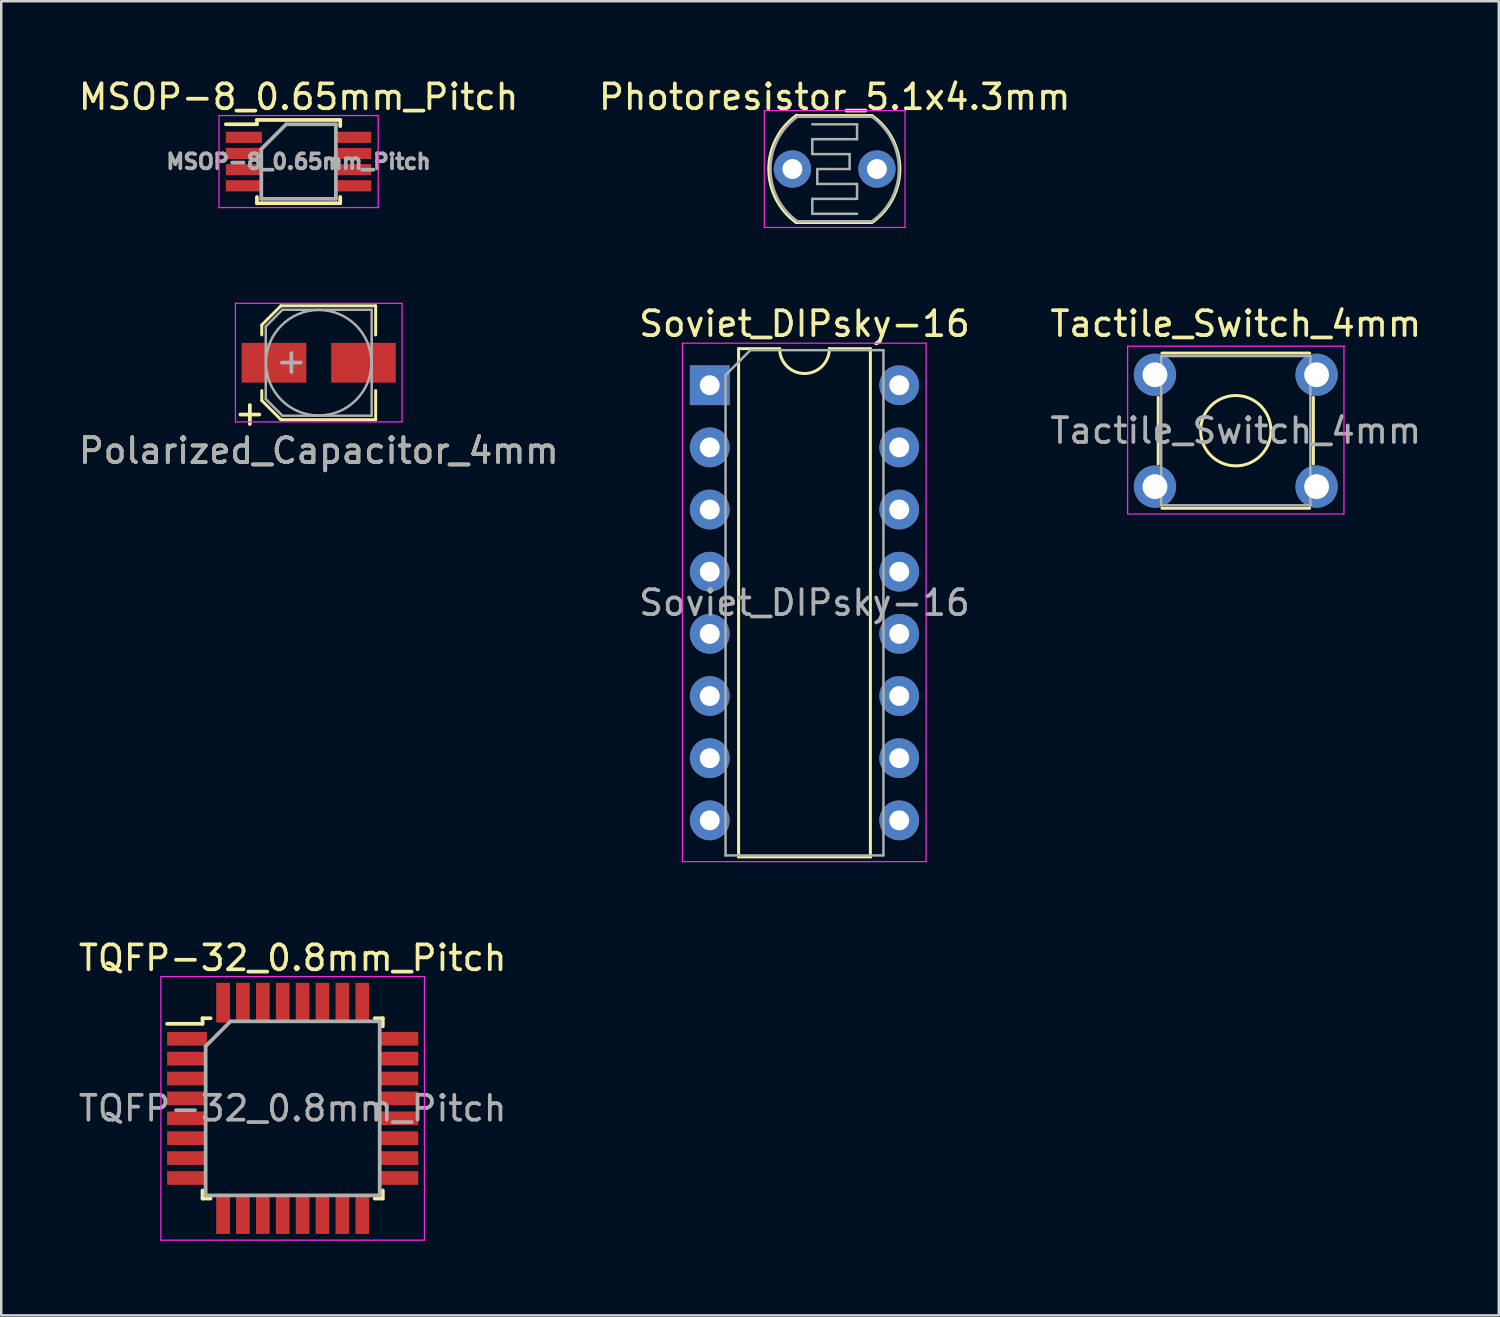
<source format=kicad_pcb>
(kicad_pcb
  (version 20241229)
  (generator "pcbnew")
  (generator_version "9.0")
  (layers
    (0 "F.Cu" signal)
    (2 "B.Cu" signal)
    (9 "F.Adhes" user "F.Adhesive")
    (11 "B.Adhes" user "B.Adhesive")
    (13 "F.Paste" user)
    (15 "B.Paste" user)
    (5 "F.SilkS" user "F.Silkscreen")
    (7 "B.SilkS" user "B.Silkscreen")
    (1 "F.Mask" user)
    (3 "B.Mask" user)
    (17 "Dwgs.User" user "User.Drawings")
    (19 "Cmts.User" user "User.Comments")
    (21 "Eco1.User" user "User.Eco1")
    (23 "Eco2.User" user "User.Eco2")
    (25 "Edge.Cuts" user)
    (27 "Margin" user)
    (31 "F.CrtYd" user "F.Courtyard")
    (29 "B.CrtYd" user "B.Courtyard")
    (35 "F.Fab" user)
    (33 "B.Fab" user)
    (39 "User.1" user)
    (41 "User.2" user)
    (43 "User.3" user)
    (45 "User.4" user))
  (footprint "Polarized_Capacitor_4mm"
    (layer "F.Cu")
    (at 9.768 11.538)
    (property "Reference" "Polarized_Capacitor_4mm" (at 0 3.54 0) (layer "F.SilkS") (effects (font (size 1 1) (thickness 0.15))))
    (attr smd)
    (fp_line (start -2.29 -1.52) (end -2.29 -1.12) (stroke (width 0.12) (type solid)) (layer "F.SilkS"))
    (fp_line (start -2.29 1.52) (end -2.29 1.12) (stroke (width 0.12) (type solid)) (layer "F.SilkS"))
    (fp_line (start -1.52 -2.29) (end -2.29 -1.52) (stroke (width 0.12) (type solid)) (layer "F.SilkS"))
    (fp_line (start -1.52 -2.29) (end 2.29 -2.29) (stroke (width 0.12) (type solid)) (layer "F.SilkS"))
    (fp_line (start -1.52 2.29) (end -2.29 1.52) (stroke (width 0.12) (type solid)) (layer "F.SilkS"))
    (fp_line (start -1.52 2.29) (end 2.29 2.29) (stroke (width 0.12) (type solid)) (layer "F.SilkS"))
    (fp_line (start 2.29 -2.29) (end 2.29 -1.12) (stroke (width 0.12) (type solid)) (layer "F.SilkS"))
    (fp_line (start 2.29 2.29) (end 2.29 1.12) (stroke (width 0.12) (type solid)) (layer "F.SilkS"))
    (fp_line (start -3.35 -2.39) (end -3.35 2.38) (stroke (width 0.05) (type solid)) (layer "F.CrtYd"))
    (fp_line (start -3.35 -2.39) (end 3.35 -2.39) (stroke (width 0.05) (type solid)) (layer "F.CrtYd"))
    (fp_line (start 3.35 2.38) (end -3.35 2.38) (stroke (width 0.05) (type solid)) (layer "F.CrtYd"))
    (fp_line (start 3.35 2.38) (end 3.35 -2.39) (stroke (width 0.05) (type solid)) (layer "F.CrtYd"))
    (fp_line (start -2.13 -1.46) (end -2.13 1.46) (stroke (width 0.1) (type solid)) (layer "F.Fab"))
    (fp_line (start -2.13 1.46) (end -1.46 2.13) (stroke (width 0.1) (type solid)) (layer "F.Fab"))
    (fp_line (start -1.46 -2.13) (end -2.13 -1.46) (stroke (width 0.1) (type solid)) (layer "F.Fab"))
    (fp_line (start -1.46 2.13) (end 2.13 2.13) (stroke (width 0.1) (type solid)) (layer "F.Fab"))
    (fp_line (start 2.13 -2.13) (end -1.46 -2.13) (stroke (width 0.1) (type solid)) (layer "F.Fab"))
    (fp_line (start 2.13 2.13) (end 2.13 -2.13) (stroke (width 0.1) (type solid)) (layer "F.Fab"))
    (fp_circle (center 0 0) (end 0.3 2.1) (stroke (width 0.1) (type solid)) (fill no) (layer "F.Fab"))
    (fp_text user "+" (at -2.77 2.01 0) (layer "F.SilkS") (effects (font (size 1 1) (thickness 0.15))))
    (fp_text user "+" (at -1.1 -0.08 0) (layer "F.Fab") (effects (font (size 1 1) (thickness 0.15))))
    (fp_text user "${REFERENCE}" (at 0 3.54 0) (layer "F.Fab") (effects (font (size 1 1) (thickness 0.15))))
    (pad "1" smd rect (at -1.8 0 180) (size 2.6 1.6) (layers "F.Cu" "F.Mask" "F.Paste"))
    (pad "2" smd rect (at 1.8 0 180) (size 2.6 1.6) (layers "F.Cu" "F.Mask" "F.Paste")))
  (footprint "Photoresistor_5.1x4.3mm"
    (layer "F.Cu")
    (at 28.818 3.748)
    (property "Reference" "Photoresistor_5.1x4.3mm" (at 1.7 -2.9 0) (layer "F.SilkS") (effects (font (size 1 1) (thickness 0.15))))
    (attr through_hole)
    (fp_line (start 0.15 -2.15) (end 3.2 -2.15) (stroke (width 0.12) (type solid)) (layer "F.SilkS"))
    (fp_line (start 0.15 2.15) (end 3.2 2.15) (stroke (width 0.12) (type solid)) (layer "F.SilkS"))
    (fp_arc (start 0.15 2.15) (mid -0.950438 -0.013368) (end 0.171766 -2.165525) (stroke (width 0.12) (type solid)) (layer "F.SilkS"))
    (fp_arc (start 3.2 -2.15) (mid 4.321403 -0.027338) (end 3.244513 2.118249) (stroke (width 0.12) (type solid)) (layer "F.SilkS"))
    (fp_line (start -1.13 -2.35) (end -1.13 2.35) (stroke (width 0.05) (type solid)) (layer "F.CrtYd"))
    (fp_line (start -1.13 -2.35) (end 4.53 -2.35) (stroke (width 0.05) (type solid)) (layer "F.CrtYd"))
    (fp_line (start 4.53 2.35) (end -1.13 2.35) (stroke (width 0.05) (type solid)) (layer "F.CrtYd"))
    (fp_line (start 4.53 2.35) (end 4.53 -2.35) (stroke (width 0.05) (type solid)) (layer "F.CrtYd"))
    (fp_line (start 0.2 -2.1) (end 3.2 -2.1) (stroke (width 0.1) (type solid)) (layer "F.Fab"))
    (fp_line (start 0.8 -1.8) (end 2.6 -1.8) (stroke (width 0.1) (type solid)) (layer "F.Fab"))
    (fp_line (start 0.8 -1.2) (end 0.8 -0.6) (stroke (width 0.1) (type solid)) (layer "F.Fab"))
    (fp_line (start 0.8 1.2) (end 0.8 1.8) (stroke (width 0.1) (type solid)) (layer "F.Fab"))
    (fp_line (start 0.8 1.8) (end 2.6 1.8) (stroke (width 0.1) (type solid)) (layer "F.Fab"))
    (fp_line (start 1 0) (end 1 0.6) (stroke (width 0.1) (type solid)) (layer "F.Fab"))
    (fp_line (start 1 0) (end 2.3 0) (stroke (width 0.1) (type solid)) (layer "F.Fab"))
    (fp_line (start 2.3 -0.6) (end 0.8 -0.6) (stroke (width 0.1) (type solid)) (layer "F.Fab"))
    (fp_line (start 2.3 0) (end 2.3 -0.6) (stroke (width 0.1) (type solid)) (layer "F.Fab"))
    (fp_line (start 2.6 -1.8) (end 2.6 -1.2) (stroke (width 0.1) (type solid)) (layer "F.Fab"))
    (fp_line (start 2.6 -1.2) (end 0.8 -1.2) (stroke (width 0.1) (type solid)) (layer "F.Fab"))
    (fp_line (start 2.6 0.6) (end 1 0.6) (stroke (width 0.1) (type solid)) (layer "F.Fab"))
    (fp_line (start 2.6 0.6) (end 2.6 1.2) (stroke (width 0.1) (type solid)) (layer "F.Fab"))
    (fp_line (start 2.6 1.2) (end 0.8 1.2) (stroke (width 0.1) (type solid)) (layer "F.Fab"))
    (fp_line (start 3.2 2.1) (end 0.2 2.1) (stroke (width 0.1) (type solid)) (layer "F.Fab"))
    (fp_arc (start 0.2 2.1) (mid -0.880697 -0.001697) (end 0.202763 -2.101971) (stroke (width 0.1) (type solid)) (layer "F.Fab"))
    (fp_arc (start 3.2 -2.1) (mid 4.280697 0.001697) (end 3.197237 2.101971) (stroke (width 0.1) (type solid)) (layer "F.Fab"))
    (pad "1" thru_hole circle (at 0 0) (size 1.5 1.5) (drill 0.8) (layers "*.Cu" "*.Mask"))
    (pad "2" thru_hole circle (at 3.4 0) (size 1.5 1.5) (drill 0.8) (layers "*.Cu" "*.Mask")))
  (footprint "TQFP-32_0.8mm_Pitch"
    (layer "F.Cu")
    (at 8.72 41.525)
    (property "Reference" "TQFP-32_0.8mm_Pitch" (at 0 -6.05 0) (layer "F.SilkS") (effects (font (size 1 1) (thickness 0.15))))
    (attr smd)
    (fp_line (start -3.625 -3.625) (end -3.625 -3.4) (stroke (width 0.15) (type solid)) (layer "F.SilkS"))
    (fp_line (start -3.625 -3.625) (end -3.3 -3.625) (stroke (width 0.15) (type solid)) (layer "F.SilkS"))
    (fp_line (start -3.625 -3.4) (end -5.05 -3.4) (stroke (width 0.15) (type solid)) (layer "F.SilkS"))
    (fp_line (start -3.625 3.625) (end -3.625 3.3) (stroke (width 0.15) (type solid)) (layer "F.SilkS"))
    (fp_line (start -3.625 3.625) (end -3.3 3.625) (stroke (width 0.15) (type solid)) (layer "F.SilkS"))
    (fp_line (start 3.625 -3.625) (end 3.3 -3.625) (stroke (width 0.15) (type solid)) (layer "F.SilkS"))
    (fp_line (start 3.625 -3.625) (end 3.625 -3.3) (stroke (width 0.15) (type solid)) (layer "F.SilkS"))
    (fp_line (start 3.625 3.625) (end 3.3 3.625) (stroke (width 0.15) (type solid)) (layer "F.SilkS"))
    (fp_line (start 3.625 3.625) (end 3.625 3.3) (stroke (width 0.15) (type solid)) (layer "F.SilkS"))
    (fp_line (start -5.3 -5.3) (end -5.3 5.3) (stroke (width 0.05) (type solid)) (layer "F.CrtYd"))
    (fp_line (start -5.3 -5.3) (end 5.3 -5.3) (stroke (width 0.05) (type solid)) (layer "F.CrtYd"))
    (fp_line (start -5.3 5.3) (end 5.3 5.3) (stroke (width 0.05) (type solid)) (layer "F.CrtYd"))
    (fp_line (start 5.3 -5.3) (end 5.3 5.3) (stroke (width 0.05) (type solid)) (layer "F.CrtYd"))
    (fp_line (start -3.5 -2.5) (end -2.5 -3.5) (stroke (width 0.15) (type solid)) (layer "F.Fab"))
    (fp_line (start -3.5 3.5) (end -3.5 -2.5) (stroke (width 0.15) (type solid)) (layer "F.Fab"))
    (fp_line (start -2.5 -3.5) (end 3.5 -3.5) (stroke (width 0.15) (type solid)) (layer "F.Fab"))
    (fp_line (start 3.5 -3.5) (end 3.5 3.5) (stroke (width 0.15) (type solid)) (layer "F.Fab"))
    (fp_line (start 3.5 3.5) (end -3.5 3.5) (stroke (width 0.15) (type solid)) (layer "F.Fab"))
    (fp_text user "${REFERENCE}" (at 0 0 0) (layer "F.Fab") (effects (font (size 1 1) (thickness 0.15))))
    (pad "1" smd rect (at -4.25 -2.8) (size 1.6 0.55) (layers "F.Cu" "F.Mask" "F.Paste"))
    (pad "2" smd rect (at -4.25 -2) (size 1.6 0.55) (layers "F.Cu" "F.Mask" "F.Paste"))
    (pad "3" smd rect (at -4.25 -1.2) (size 1.6 0.55) (layers "F.Cu" "F.Mask" "F.Paste"))
    (pad "4" smd rect (at -4.25 -0.4) (size 1.6 0.55) (layers "F.Cu" "F.Mask" "F.Paste"))
    (pad "5" smd rect (at -4.25 0.4) (size 1.6 0.55) (layers "F.Cu" "F.Mask" "F.Paste"))
    (pad "6" smd rect (at -4.25 1.2) (size 1.6 0.55) (layers "F.Cu" "F.Mask" "F.Paste"))
    (pad "7" smd rect (at -4.25 2) (size 1.6 0.55) (layers "F.Cu" "F.Mask" "F.Paste"))
    (pad "8" smd rect (at -4.25 2.8) (size 1.6 0.55) (layers "F.Cu" "F.Mask" "F.Paste"))
    (pad "9" smd rect (at -2.8 4.25 90) (size 1.6 0.55) (layers "F.Cu" "F.Mask" "F.Paste"))
    (pad "10" smd rect (at -2 4.25 90) (size 1.6 0.55) (layers "F.Cu" "F.Mask" "F.Paste"))
    (pad "11" smd rect (at -1.2 4.25 90) (size 1.6 0.55) (layers "F.Cu" "F.Mask" "F.Paste"))
    (pad "12" smd rect (at -0.4 4.25 90) (size 1.6 0.55) (layers "F.Cu" "F.Mask" "F.Paste"))
    (pad "13" smd rect (at 0.4 4.25 90) (size 1.6 0.55) (layers "F.Cu" "F.Mask" "F.Paste"))
    (pad "14" smd rect (at 1.2 4.25 90) (size 1.6 0.55) (layers "F.Cu" "F.Mask" "F.Paste"))
    (pad "15" smd rect (at 2 4.25 90) (size 1.6 0.55) (layers "F.Cu" "F.Mask" "F.Paste"))
    (pad "16" smd rect (at 2.8 4.25 90) (size 1.6 0.55) (layers "F.Cu" "F.Mask" "F.Paste"))
    (pad "17" smd rect (at 4.25 2.8) (size 1.6 0.55) (layers "F.Cu" "F.Mask" "F.Paste"))
    (pad "18" smd rect (at 4.25 2) (size 1.6 0.55) (layers "F.Cu" "F.Mask" "F.Paste"))
    (pad "19" smd rect (at 4.25 1.2) (size 1.6 0.55) (layers "F.Cu" "F.Mask" "F.Paste"))
    (pad "20" smd rect (at 4.25 0.4) (size 1.6 0.55) (layers "F.Cu" "F.Mask" "F.Paste"))
    (pad "21" smd rect (at 4.25 -0.4) (size 1.6 0.55) (layers "F.Cu" "F.Mask" "F.Paste"))
    (pad "22" smd rect (at 4.25 -1.2) (size 1.6 0.55) (layers "F.Cu" "F.Mask" "F.Paste"))
    (pad "23" smd rect (at 4.25 -2) (size 1.6 0.55) (layers "F.Cu" "F.Mask" "F.Paste"))
    (pad "24" smd rect (at 4.25 -2.8) (size 1.6 0.55) (layers "F.Cu" "F.Mask" "F.Paste"))
    (pad "25" smd rect (at 2.8 -4.25 90) (size 1.6 0.55) (layers "F.Cu" "F.Mask" "F.Paste"))
    (pad "26" smd rect (at 2 -4.25 90) (size 1.6 0.55) (layers "F.Cu" "F.Mask" "F.Paste"))
    (pad "27" smd rect (at 1.2 -4.25 90) (size 1.6 0.55) (layers "F.Cu" "F.Mask" "F.Paste"))
    (pad "28" smd rect (at 0.4 -4.25 90) (size 1.6 0.55) (layers "F.Cu" "F.Mask" "F.Paste"))
    (pad "29" smd rect (at -0.4 -4.25 90) (size 1.6 0.55) (layers "F.Cu" "F.Mask" "F.Paste"))
    (pad "30" smd rect (at -1.2 -4.25 90) (size 1.6 0.55) (layers "F.Cu" "F.Mask" "F.Paste"))
    (pad "31" smd rect (at -2 -4.25 90) (size 1.6 0.55) (layers "F.Cu" "F.Mask" "F.Paste"))
    (pad "32" smd rect (at -2.8 -4.25 90) (size 1.6 0.55) (layers "F.Cu" "F.Mask" "F.Paste")))
  (footprint "Soviet_DIPsky-16"
    (layer "F.Cu")
    (at 25.494 12.302)
    (property "Reference" "Soviet_DIPsky-16" (at 3.81 -2.33 0) (layer "F.SilkS") (effects (font (size 1 1) (thickness 0.15))))
    (attr through_hole)
    (fp_line (start 1.16 -1.33) (end 1.16 19.11) (stroke (width 0.12) (type solid)) (layer "F.SilkS"))
    (fp_line (start 1.16 19.11) (end 6.46 19.11) (stroke (width 0.12) (type solid)) (layer "F.SilkS"))
    (fp_line (start 2.81 -1.33) (end 1.16 -1.33) (stroke (width 0.12) (type solid)) (layer "F.SilkS"))
    (fp_line (start 6.46 -1.33) (end 4.81 -1.33) (stroke (width 0.12) (type solid)) (layer "F.SilkS"))
    (fp_line (start 6.46 19.11) (end 6.46 -1.33) (stroke (width 0.12) (type solid)) (layer "F.SilkS"))
    (fp_arc (start 4.81 -1.33) (mid 3.81 -0.33) (end 2.81 -1.33) (stroke (width 0.12) (type solid)) (layer "F.SilkS"))
    (fp_line (start -1.1 -1.55) (end -1.1 19.3) (stroke (width 0.05) (type solid)) (layer "F.CrtYd"))
    (fp_line (start -1.1 19.3) (end 8.7 19.3) (stroke (width 0.05) (type solid)) (layer "F.CrtYd"))
    (fp_line (start 8.7 -1.55) (end -1.1 -1.55) (stroke (width 0.05) (type solid)) (layer "F.CrtYd"))
    (fp_line (start 8.7 19.3) (end 8.7 -1.55) (stroke (width 0.05) (type solid)) (layer "F.CrtYd"))
    (fp_line (start 0.635 -0.27) (end 1.635 -1.27) (stroke (width 0.1) (type solid)) (layer "F.Fab"))
    (fp_line (start 0.635 19.05) (end 0.635 -0.27) (stroke (width 0.1) (type solid)) (layer "F.Fab"))
    (fp_line (start 1.635 -1.27) (end 6.985 -1.27) (stroke (width 0.1) (type solid)) (layer "F.Fab"))
    (fp_line (start 6.985 -1.27) (end 6.985 19.05) (stroke (width 0.1) (type solid)) (layer "F.Fab"))
    (fp_line (start 6.985 19.05) (end 0.635 19.05) (stroke (width 0.1) (type solid)) (layer "F.Fab"))
    (fp_text user "${REFERENCE}" (at 3.81 8.89 0) (layer "F.Fab") (effects (font (size 1 1) (thickness 0.15))))
    (pad "1" thru_hole rect (at 0 0.14) (size 1.6 1.6) (drill 0.8) (layers "*.Cu" "*.Mask"))
    (pad "2" thru_hole oval (at 0 2.64) (size 1.6 1.6) (drill 0.8) (layers "*.Cu" "*.Mask"))
    (pad "3" thru_hole oval (at 0 5.14) (size 1.6 1.6) (drill 0.8) (layers "*.Cu" "*.Mask"))
    (pad "4" thru_hole oval (at 0 7.64) (size 1.6 1.6) (drill 0.8) (layers "*.Cu" "*.Mask"))
    (pad "5" thru_hole oval (at 0 10.14) (size 1.6 1.6) (drill 0.8) (layers "*.Cu" "*.Mask"))
    (pad "6" thru_hole oval (at 0 12.64) (size 1.6 1.6) (drill 0.8) (layers "*.Cu" "*.Mask"))
    (pad "7" thru_hole oval (at 0 15.14) (size 1.6 1.6) (drill 0.8) (layers "*.Cu" "*.Mask"))
    (pad "8" thru_hole oval (at 0 17.64) (size 1.6 1.6) (drill 0.8) (layers "*.Cu" "*.Mask"))
    (pad "9" thru_hole oval (at 7.62 17.64) (size 1.6 1.6) (drill 0.8) (layers "*.Cu" "*.Mask"))
    (pad "10" thru_hole oval (at 7.62 15.14) (size 1.6 1.6) (drill 0.8) (layers "*.Cu" "*.Mask"))
    (pad "11" thru_hole oval (at 7.62 12.64) (size 1.6 1.6) (drill 0.8) (layers "*.Cu" "*.Mask"))
    (pad "12" thru_hole oval (at 7.62 10.14) (size 1.6 1.6) (drill 0.8) (layers "*.Cu" "*.Mask"))
    (pad "13" thru_hole oval (at 7.62 7.64) (size 1.6 1.6) (drill 0.8) (layers "*.Cu" "*.Mask"))
    (pad "14" thru_hole oval (at 7.62 5.14) (size 1.6 1.6) (drill 0.8) (layers "*.Cu" "*.Mask"))
    (pad "15" thru_hole oval (at 7.62 2.64) (size 1.6 1.6) (drill 0.8) (layers "*.Cu" "*.Mask"))
    (pad "16" thru_hole oval (at 7.62 0.14) (size 1.6 1.6) (drill 0.8) (layers "*.Cu" "*.Mask")))
  (footprint "Tactile_Switch_4mm"
    (layer "F.Cu")
    (at 43.399 12.021)
    (property "Reference" "Tactile_Switch_4mm" (at 3.25 -2.05 0) (layer "F.SilkS") (effects (font (size 1 1) (thickness 0.15))))
    (attr through_hole)
    (fp_line (start 0.13 3.59) (end 0.13 0.91) (stroke (width 0.12) (type solid)) (layer "F.SilkS"))
    (fp_line (start 0.28 -0.87) (end 6.22 -0.87) (stroke (width 0.12) (type solid)) (layer "F.SilkS"))
    (fp_line (start 0.28 5.37) (end 6.22 5.37) (stroke (width 0.12) (type solid)) (layer "F.SilkS"))
    (fp_line (start 6.37 0.91) (end 6.37 3.59) (stroke (width 0.12) (type solid)) (layer "F.SilkS"))
    (fp_circle (center 3.25 2.25) (end 4.25 3.25) (stroke (width 0.12) (type solid)) (fill no) (layer "F.SilkS"))
    (fp_line (start -1.1 -1.15) (end -1.1 5.6) (stroke (width 0.05) (type solid)) (layer "F.CrtYd"))
    (fp_line (start -1.1 5.6) (end 7.6 5.6) (stroke (width 0.05) (type solid)) (layer "F.CrtYd"))
    (fp_line (start 7.6 5.6) (end 7.6 -1.1) (stroke (width 0.05) (type solid)) (layer "F.CrtYd"))
    (fp_line (start 7.65 -1.15) (end -1.1 -1.15) (stroke (width 0.05) (type solid)) (layer "F.CrtYd"))
    (fp_line (start 0.25 -0.75) (end 0.25 5.25) (stroke (width 0.1) (type solid)) (layer "F.Fab"))
    (fp_line (start 0.25 -0.75) (end 6.25 -0.75) (stroke (width 0.1) (type solid)) (layer "F.Fab"))
    (fp_line (start 0.25 5.25) (end 6.25 5.25) (stroke (width 0.1) (type solid)) (layer "F.Fab"))
    (fp_line (start 6.25 -0.75) (end 6.25 5.25) (stroke (width 0.1) (type solid)) (layer "F.Fab"))
    (fp_text user "${REFERENCE}" (at 3.25 2.25 0) (layer "F.Fab") (effects (font (size 1 1) (thickness 0.15))))
    (pad "1" thru_hole circle (at 0 0) (size 1.7 1.7) (drill 1) (layers "*.Cu" "*.Mask"))
    (pad "1" thru_hole circle (at 6.5 0) (size 1.7 1.7) (drill 1) (layers "*.Cu" "*.Mask"))
    (pad "2" thru_hole circle (at 0 4.5) (size 1.7 1.7) (drill 1) (layers "*.Cu" "*.Mask"))
    (pad "2" thru_hole circle (at 6.5 4.5) (size 1.7 1.7) (drill 1) (layers "*.Cu" "*.Mask")))
  (footprint "MSOP-8_0.65mm_Pitch"
    (layer "F.Cu")
    (at 8.958 3.448)
    (property "Reference" "MSOP-8_0.65mm_Pitch" (at 0 -2.6 0) (layer "F.SilkS") (effects (font (size 1 1) (thickness 0.15))))
    (attr smd)
    (fp_line (start -1.675 -1.675) (end -1.675 -1.5) (stroke (width 0.15) (type solid)) (layer "F.SilkS"))
    (fp_line (start -1.675 -1.675) (end 1.675 -1.675) (stroke (width 0.15) (type solid)) (layer "F.SilkS"))
    (fp_line (start -1.675 -1.5) (end -2.925 -1.5) (stroke (width 0.15) (type solid)) (layer "F.SilkS"))
    (fp_line (start -1.675 1.675) (end -1.675 1.425) (stroke (width 0.15) (type solid)) (layer "F.SilkS"))
    (fp_line (start -1.675 1.675) (end 1.675 1.675) (stroke (width 0.15) (type solid)) (layer "F.SilkS"))
    (fp_line (start 1.675 -1.675) (end 1.675 -1.425) (stroke (width 0.15) (type solid)) (layer "F.SilkS"))
    (fp_line (start 1.675 1.675) (end 1.675 1.425) (stroke (width 0.15) (type solid)) (layer "F.SilkS"))
    (fp_line (start -3.2 -1.85) (end -3.2 1.85) (stroke (width 0.05) (type solid)) (layer "F.CrtYd"))
    (fp_line (start -3.2 -1.85) (end 3.2 -1.85) (stroke (width 0.05) (type solid)) (layer "F.CrtYd"))
    (fp_line (start -3.2 1.85) (end 3.2 1.85) (stroke (width 0.05) (type solid)) (layer "F.CrtYd"))
    (fp_line (start 3.2 -1.85) (end 3.2 1.85) (stroke (width 0.05) (type solid)) (layer "F.CrtYd"))
    (fp_line (start -1.5 -0.5) (end -0.5 -1.5) (stroke (width 0.15) (type solid)) (layer "F.Fab"))
    (fp_line (start -1.5 1.5) (end -1.5 -0.5) (stroke (width 0.15) (type solid)) (layer "F.Fab"))
    (fp_line (start -0.5 -1.5) (end 1.5 -1.5) (stroke (width 0.15) (type solid)) (layer "F.Fab"))
    (fp_line (start 1.5 -1.5) (end 1.5 1.5) (stroke (width 0.15) (type solid)) (layer "F.Fab"))
    (fp_line (start 1.5 1.5) (end -1.5 1.5) (stroke (width 0.15) (type solid)) (layer "F.Fab"))
    (fp_text user "${REFERENCE}" (at 0 0 0) (layer "F.Fab") (effects (font (size 0.6 0.6) (thickness 0.15))))
    (pad "1" smd rect (at -2.2 -0.975) (size 1.45 0.45) (layers "F.Cu" "F.Mask" "F.Paste"))
    (pad "2" smd rect (at -2.2 -0.325) (size 1.45 0.45) (layers "F.Cu" "F.Mask" "F.Paste"))
    (pad "3" smd rect (at -2.2 0.325) (size 1.45 0.45) (layers "F.Cu" "F.Mask" "F.Paste"))
    (pad "4" smd rect (at -2.2 0.975) (size 1.45 0.45) (layers "F.Cu" "F.Mask" "F.Paste"))
    (pad "5" smd rect (at 2.2 0.975) (size 1.45 0.45) (layers "F.Cu" "F.Mask" "F.Paste"))
    (pad "6" smd rect (at 2.2 0.325) (size 1.45 0.45) (layers "F.Cu" "F.Mask" "F.Paste"))
    (pad "7" smd rect (at 2.2 -0.325) (size 1.45 0.45) (layers "F.Cu" "F.Mask" "F.Paste"))
    (pad "8" smd rect (at 2.2 -0.975) (size 1.45 0.45) (layers "F.Cu" "F.Mask" "F.Paste")))
  (gr_rect
    (start -3 -3)
    (end 57.226 49.85)
    (stroke (width 0.1) (type default))
    (fill no)
    (layer "Edge.Cuts")))
</source>
